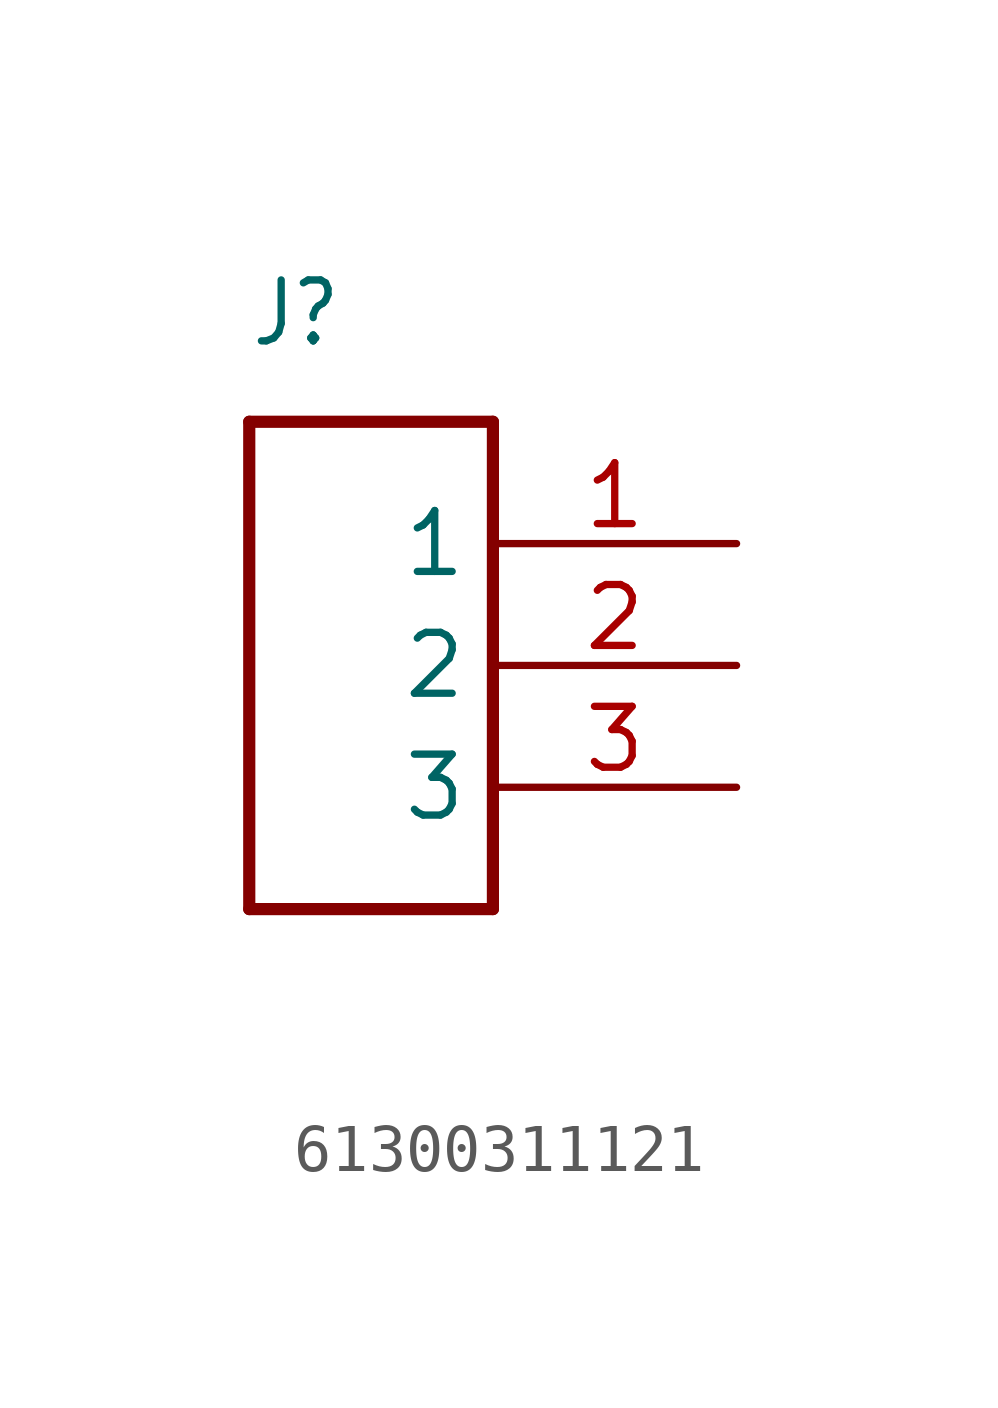
<source format=kicad_sym>
(kicad_symbol_lib
  (version 20220914)
  (generator kicad_symbol_editor)
  (symbol "61300311121"
    (property "Reference" "J"
      (at -2.54 6.604 0)
      (effects (font (size 1.27 1.079)) (justify left bottom)))
    (property "Value" ""
      (at -2.54 -7.62 0)
      (effects (font (size 1.27 1.079)) (justify left bottom)))
    (property "ki_locked" ""
      (at 0 0 0)
      (effects (font (size 1.27 1.27))))
    (symbol "61300311121_1_0"
      (polyline (pts (xy -2.54 -5.08) (xy -2.54 5.08)) (stroke (width 0.254) (type solid)) (fill (type none)))
      (polyline (pts (xy -2.54 5.08) (xy 2.54 5.08)) (stroke (width 0.254) (type solid)) (fill (type none)))
      (polyline (pts (xy 2.54 -5.08) (xy -2.54 -5.08)) (stroke (width 0.254) (type solid)) (fill (type none)))
      (polyline (pts (xy 2.54 5.08) (xy 2.54 -5.08)) (stroke (width 0.254) (type solid)) (fill (type none)))
      (pin passive line (at 7.62 2.54 180) (length 5.08) (name "1" (effects (font (size 1.27 1.27)))) (number "1" (effects (font (size 1.27 1.27)))))
      (pin passive line (at 7.62 0 180) (length 5.08) (name "2" (effects (font (size 1.27 1.27)))) (number "2" (effects (font (size 1.27 1.27)))))
      (pin passive line (at 7.62 -2.54 180) (length 5.08) (name "3" (effects (font (size 1.27 1.27)))) (number "3" (effects (font (size 1.27 1.27))))))))
</source>
